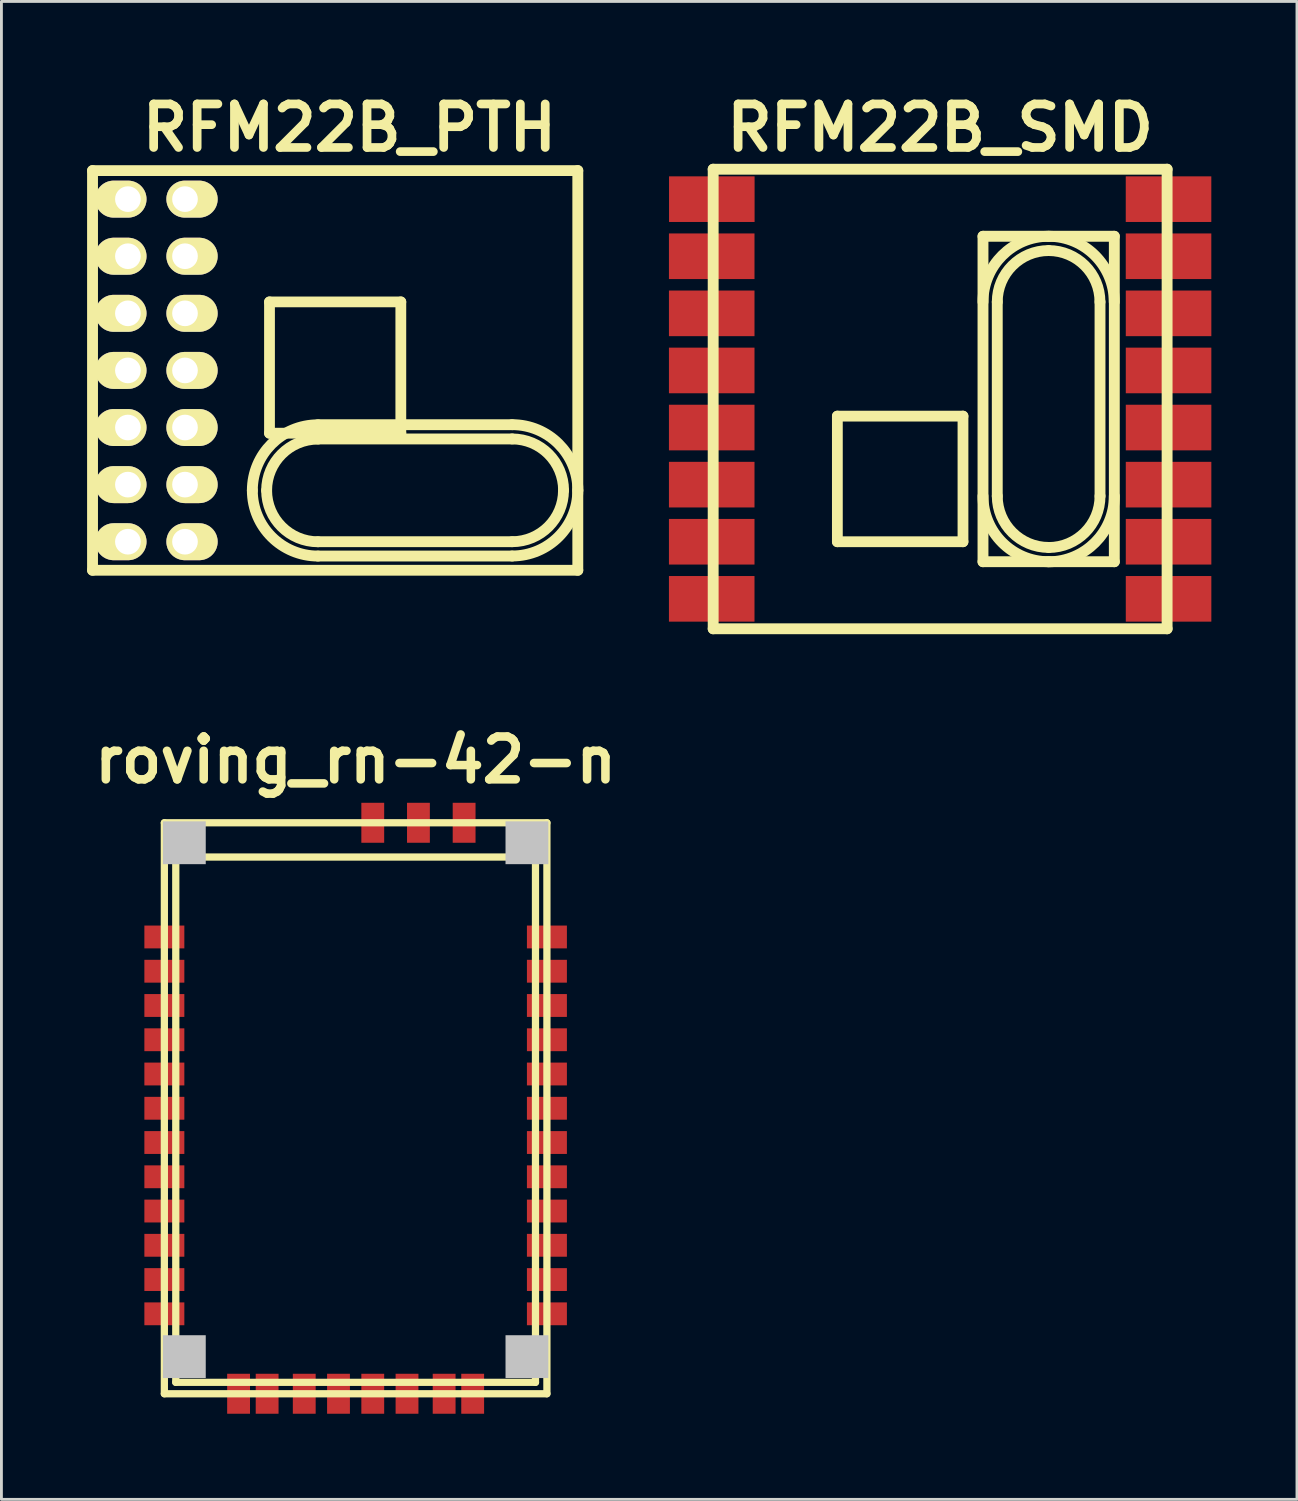
<source format=kicad_pcb>
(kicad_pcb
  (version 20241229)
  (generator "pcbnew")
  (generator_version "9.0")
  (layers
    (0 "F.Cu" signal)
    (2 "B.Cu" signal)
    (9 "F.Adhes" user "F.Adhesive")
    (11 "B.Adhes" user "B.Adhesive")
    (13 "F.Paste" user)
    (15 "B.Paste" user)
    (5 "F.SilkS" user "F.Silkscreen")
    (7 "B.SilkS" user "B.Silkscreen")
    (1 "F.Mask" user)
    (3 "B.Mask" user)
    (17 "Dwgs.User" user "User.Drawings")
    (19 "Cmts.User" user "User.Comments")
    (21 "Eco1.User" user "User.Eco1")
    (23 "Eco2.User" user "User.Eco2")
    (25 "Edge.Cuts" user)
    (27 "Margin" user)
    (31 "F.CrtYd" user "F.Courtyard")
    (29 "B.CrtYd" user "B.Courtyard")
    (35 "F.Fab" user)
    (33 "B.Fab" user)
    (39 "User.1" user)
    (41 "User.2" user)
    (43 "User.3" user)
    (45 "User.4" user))
  (footprint "roving_rn-42-n"
    (layer "F.Cu")
    (at 9.407 35.77)
    (property "Reference" "roving_rn-42-n" (at 0 -12.2 0) (layer "F.SilkS") (effects (font (size 1.5 1.5) (thickness 0.3))))
    (attr through_hole)
    (fp_line (start -6.7 -10) (end -6.7 10) (stroke (width 0.254) (type solid)) (layer "F.SilkS"))
    (fp_line (start -6.7 -10) (end 6.7 -10) (stroke (width 0.254) (type solid)) (layer "F.SilkS"))
    (fp_line (start -6.7 10) (end 6.7 10) (stroke (width 0.254) (type solid)) (layer "F.SilkS"))
    (fp_line (start -6.3 -8.8) (end -6.3 9.6) (stroke (width 0.254) (type solid)) (layer "F.SilkS"))
    (fp_line (start -6.3 -8.8) (end 6.3 -8.8) (stroke (width 0.254) (type solid)) (layer "F.SilkS"))
    (fp_line (start -6.3 9.6) (end 6.3 9.6) (stroke (width 0.254) (type solid)) (layer "F.SilkS"))
    (fp_line (start 6.3 -8.8) (end 6.3 9.6) (stroke (width 0.254) (type solid)) (layer "F.SilkS"))
    (fp_line (start 6.7 -10) (end 6.7 10) (stroke (width 0.254) (type solid)) (layer "F.SilkS"))
    (pad "" smd rect (at -6 -9.3) (size 1.5 1.5) (layers "Dwgs.User"))
    (pad "" smd rect (at -6 8.7) (size 1.5 1.5) (layers "Dwgs.User"))
    (pad "" smd rect (at 6 -9.3) (size 1.5 1.5) (layers "Dwgs.User"))
    (pad "" smd rect (at 6 8.7) (size 1.5 1.5) (layers "Dwgs.User"))
    (pad "1" smd rect (at -6.7 -6) (size 1.4 0.8) (layers "F.Cu" "F.Mask" "F.Paste"))
    (pad "2" smd rect (at -6.7 -4.8) (size 1.4 0.8) (layers "F.Cu" "F.Mask" "F.Paste"))
    (pad "3" smd rect (at -6.7 -3.6) (size 1.4 0.8) (layers "F.Cu" "F.Mask" "F.Paste"))
    (pad "4" smd rect (at -6.7 -2.4) (size 1.4 0.8) (layers "F.Cu" "F.Mask" "F.Paste"))
    (pad "5" smd rect (at -6.7 -1.2) (size 1.4 0.8) (layers "F.Cu" "F.Mask" "F.Paste"))
    (pad "6" smd rect (at -6.7 0) (size 1.4 0.8) (layers "F.Cu" "F.Mask" "F.Paste"))
    (pad "7" smd rect (at -6.7 1.2) (size 1.4 0.8) (layers "F.Cu" "F.Mask" "F.Paste"))
    (pad "8" smd rect (at -6.7 2.4) (size 1.4 0.8) (layers "F.Cu" "F.Mask" "F.Paste"))
    (pad "9" smd rect (at -6.7 3.6) (size 1.4 0.8) (layers "F.Cu" "F.Mask" "F.Paste"))
    (pad "10" smd rect (at -6.7 4.8) (size 1.4 0.8) (layers "F.Cu" "F.Mask" "F.Paste"))
    (pad "11" smd rect (at -6.7 6) (size 1.4 0.8) (layers "F.Cu" "F.Mask" "F.Paste"))
    (pad "12" smd rect (at -6.7 7.2) (size 1.4 0.8) (layers "F.Cu" "F.Mask" "F.Paste"))
    (pad "13" smd rect (at 6.7 7.2) (size 1.4 0.8) (layers "F.Cu" "F.Mask" "F.Paste"))
    (pad "14" smd rect (at 6.7 6) (size 1.4 0.8) (layers "F.Cu" "F.Mask" "F.Paste"))
    (pad "15" smd rect (at 6.7 4.8) (size 1.4 0.8) (layers "F.Cu" "F.Mask" "F.Paste"))
    (pad "16" smd rect (at 6.7 3.6) (size 1.4 0.8) (layers "F.Cu" "F.Mask" "F.Paste"))
    (pad "17" smd rect (at 6.7 2.4) (size 1.4 0.8) (layers "F.Cu" "F.Mask" "F.Paste"))
    (pad "18" smd rect (at 6.7 1.2) (size 1.4 0.8) (layers "F.Cu" "F.Mask" "F.Paste"))
    (pad "19" smd rect (at 6.7 0) (size 1.4 0.8) (layers "F.Cu" "F.Mask" "F.Paste"))
    (pad "20" smd rect (at 6.7 -1.2) (size 1.4 0.8) (layers "F.Cu" "F.Mask" "F.Paste"))
    (pad "21" smd rect (at 6.7 -2.4) (size 1.4 0.8) (layers "F.Cu" "F.Mask" "F.Paste"))
    (pad "22" smd rect (at 6.7 -3.6) (size 1.4 0.8) (layers "F.Cu" "F.Mask" "F.Paste"))
    (pad "23" smd rect (at 6.7 -4.8) (size 1.4 0.8) (layers "F.Cu" "F.Mask" "F.Paste"))
    (pad "24" smd rect (at 6.7 -6) (size 1.4 0.8) (layers "F.Cu" "F.Mask" "F.Paste"))
    (pad "25" smd rect (at 3.8 -10) (size 0.8 1.4) (layers "F.Cu" "F.Mask" "F.Paste"))
    (pad "26" smd rect (at 2.2 -10) (size 0.8 1.4) (layers "F.Cu" "F.Mask" "F.Paste"))
    (pad "27" smd rect (at 0.6 -10) (size 0.8 1.4) (layers "F.Cu" "F.Mask" "F.Paste"))
    (pad "28" smd rect (at 3.1 10) (size 0.8 1.4) (layers "F.Cu" "F.Mask" "F.Paste"))
    (pad "29" smd rect (at -3.1 10) (size 0.8 1.4) (layers "F.Cu" "F.Mask" "F.Paste"))
    (pad "30" smd rect (at 4.1 10) (size 0.8 1.4) (layers "F.Cu" "F.Mask" "F.Paste"))
    (pad "31" smd rect (at 1.8 10) (size 0.8 1.4) (layers "F.Cu" "F.Mask" "F.Paste"))
    (pad "32" smd rect (at 0.6 10) (size 0.8 1.4) (layers "F.Cu" "F.Mask" "F.Paste"))
    (pad "33" smd rect (at -0.6 10) (size 0.8 1.4) (layers "F.Cu" "F.Mask" "F.Paste"))
    (pad "34" smd rect (at -1.8 10) (size 0.8 1.4) (layers "F.Cu" "F.Mask" "F.Paste"))
    (pad "35" smd rect (at -4.1 10) (size 0.8 1.4) (layers "F.Cu" "F.Mask" "F.Paste")))
  (footprint "RFM22B_SMD"
    (layer "F.Cu")
    (at 29.881 10.926)
    (property "Reference" "RFM22B_SMD" (at 0 -9.5 0) (layer "F.SilkS") (effects (font (size 1.524 1.524) (thickness 0.305))))
    (attr through_hole)
    (fp_line (start -7.95 -8.049) (end 7.95 -8.049) (stroke (width 0.381) (type solid)) (layer "F.SilkS"))
    (fp_line (start -7.95 8.049) (end -7.95 -8.049) (stroke (width 0.381) (type solid)) (layer "F.SilkS"))
    (fp_line (start -3.6 0.6) (end 0.8 0.6) (stroke (width 0.378) (type solid)) (layer "F.SilkS"))
    (fp_line (start -3.6 5) (end -3.6 0.6) (stroke (width 0.378) (type solid)) (layer "F.SilkS"))
    (fp_line (start 0.8 0.6) (end 0.8 5) (stroke (width 0.378) (type solid)) (layer "F.SilkS"))
    (fp_line (start 0.8 5) (end -3.6 5) (stroke (width 0.378) (type solid)) (layer "F.SilkS"))
    (fp_line (start 1.501 -5.7) (end 6.101 -5.7) (stroke (width 0.381) (type solid)) (layer "F.SilkS"))
    (fp_line (start 1.501 5.7) (end 1.501 -5.7) (stroke (width 0.381) (type solid)) (layer "F.SilkS"))
    (fp_line (start 2.001 3.401) (end 2.001 -3.401) (stroke (width 0.381) (type solid)) (layer "F.SilkS"))
    (fp_line (start 5.6 -3.401) (end 5.6 3.401) (stroke (width 0.381) (type solid)) (layer "F.SilkS"))
    (fp_line (start 6.101 -5.7) (end 6.101 5.7) (stroke (width 0.381) (type solid)) (layer "F.SilkS"))
    (fp_line (start 6.101 5.7) (end 1.501 5.7) (stroke (width 0.381) (type solid)) (layer "F.SilkS"))
    (fp_line (start 7.95 -8.049) (end 7.95 8.049) (stroke (width 0.381) (type solid)) (layer "F.SilkS"))
    (fp_line (start 7.95 8.049) (end -7.95 8.049) (stroke (width 0.381) (type solid)) (layer "F.SilkS"))
    (fp_arc (start 1.5008 -3.40106) (mid 2.174074 -5.026486) (end 3.7995 -5.69976) (stroke (width 0.381) (type solid)) (layer "F.SilkS"))
    (fp_arc (start 2.00118 -3.40106) (mid 2.527896 -4.672664) (end 3.7995 -5.19938) (stroke (width 0.381) (type solid)) (layer "F.SilkS"))
    (fp_arc (start 3.7995 -5.69976) (mid 5.424926 -5.026486) (end 6.0982 -3.40106) (stroke (width 0.381) (type solid)) (layer "F.SilkS"))
    (fp_arc (start 3.7995 -5.19938) (mid 5.071104 -4.672664) (end 5.59782 -3.40106) (stroke (width 0.381) (type solid)) (layer "F.SilkS"))
    (fp_arc (start 3.7995 5.19938) (mid 2.527896 4.672664) (end 2.00118 3.40106) (stroke (width 0.381) (type solid)) (layer "F.SilkS"))
    (fp_arc (start 3.7995 5.69976) (mid 2.174074 5.026486) (end 1.5008 3.40106) (stroke (width 0.381) (type solid)) (layer "F.SilkS"))
    (fp_arc (start 5.60036 3.40106) (mid 5.0729 4.67446) (end 3.7995 5.20192) (stroke (width 0.381) (type solid)) (layer "F.SilkS"))
    (fp_arc (start 6.10074 3.40106) (mid 5.426722 5.028282) (end 3.7995 5.7023) (stroke (width 0.381) (type solid)) (layer "F.SilkS"))
    (pad "1" smd rect (at -7.998 -7) (size 2.997 1.598) (layers "F.Cu" "F.Mask" "F.Paste"))
    (pad "2" smd rect (at -8.001 -5) (size 2.997 1.598) (layers "F.Cu" "F.Mask" "F.Paste"))
    (pad "3" smd rect (at -8.001 -3) (size 2.997 1.598) (layers "F.Cu" "F.Mask" "F.Paste"))
    (pad "4" smd rect (at -8.001 -1) (size 2.997 1.598) (layers "F.Cu" "F.Mask" "F.Paste"))
    (pad "5" smd rect (at -8.001 1) (size 2.997 1.598) (layers "F.Cu" "F.Mask" "F.Paste"))
    (pad "6" smd rect (at -8.001 3) (size 2.997 1.598) (layers "F.Cu" "F.Mask" "F.Paste"))
    (pad "7" smd rect (at -8.001 5) (size 2.997 1.598) (layers "F.Cu" "F.Mask" "F.Paste"))
    (pad "8" smd rect (at -8.001 7) (size 2.997 1.598) (layers "F.Cu" "F.Mask" "F.Paste"))
    (pad "9" smd rect (at 8.001 7) (size 2.997 1.598) (layers "F.Cu" "F.Mask" "F.Paste"))
    (pad "10" smd rect (at 8.001 5) (size 2.997 1.598) (layers "F.Cu" "F.Mask" "F.Paste"))
    (pad "11" smd rect (at 8.001 3) (size 2.997 1.598) (layers "F.Cu" "F.Mask" "F.Paste"))
    (pad "12" smd rect (at 8.001 1) (size 2.997 1.598) (layers "F.Cu" "F.Mask" "F.Paste"))
    (pad "13" smd rect (at 8.001 -1) (size 2.997 1.598) (layers "F.Cu" "F.Mask" "F.Paste"))
    (pad "14" smd rect (at 8.001 -3) (size 2.997 1.598) (layers "F.Cu" "F.Mask" "F.Paste"))
    (pad "15" smd rect (at 8 -5) (size 2.997 1.598) (layers "F.Cu" "F.Mask" "F.Paste"))
    (pad "16" smd rect (at 8 -7) (size 2.997 1.598) (layers "F.Cu" "F.Mask" "F.Paste")))
  (footprint "RFM22B_PTH"
    (layer "F.Cu")
    (at 9.19 9.925)
    (property "Reference" "RFM22B_PTH" (at 0 -8.499 0) (layer "F.SilkS") (effects (font (size 1.524 1.524) (thickness 0.305))))
    (attr through_hole)
    (fp_line (start -9 -7) (end 8 -7) (stroke (width 0.378) (type solid)) (layer "F.SilkS"))
    (fp_line (start -9 7) (end 8 7) (stroke (width 0.378) (type solid)) (layer "F.SilkS"))
    (fp_line (start -8.999 7) (end -8.999 -7) (stroke (width 0.381) (type solid)) (layer "F.SilkS"))
    (fp_line (start -2.8 -2.4) (end -2.8 2.2) (stroke (width 0.378) (type solid)) (layer "F.SilkS"))
    (fp_line (start -2.8 -2.4) (end 1.8 -2.4) (stroke (width 0.378) (type solid)) (layer "F.SilkS"))
    (fp_line (start -1.102 1.902) (end 5.697 1.902) (stroke (width 0.381) (type solid)) (layer "F.SilkS"))
    (fp_line (start -1.102 2.4) (end 5.7 2.4) (stroke (width 0.381) (type solid)) (layer "F.SilkS"))
    (fp_line (start -1.102 6.502) (end 5.697 6.502) (stroke (width 0.381) (type solid)) (layer "F.SilkS"))
    (fp_line (start 1.8 -2.4) (end 1.8 2.2) (stroke (width 0.378) (type solid)) (layer "F.SilkS"))
    (fp_line (start 1.8 2.2) (end -2.8 2.2) (stroke (width 0.378) (type solid)) (layer "F.SilkS"))
    (fp_line (start 5.7 5.999) (end -1.102 5.999) (stroke (width 0.381) (type solid)) (layer "F.SilkS"))
    (fp_line (start 7.999 -7) (end 7.999 7) (stroke (width 0.381) (type solid)) (layer "F.SilkS"))
    (fp_arc (start -3.40106 4.2037) (mid -2.727786 2.578274) (end -1.10236 1.905) (stroke (width 0.381) (type solid)) (layer "F.SilkS"))
    (fp_arc (start -2.90068 4.2037) (mid -2.373964 2.932096) (end -1.10236 2.40538) (stroke (width 0.381) (type solid)) (layer "F.SilkS"))
    (fp_arc (start -1.10236 6.00202) (mid -2.373964 5.475304) (end -2.90068 4.2037) (stroke (width 0.381) (type solid)) (layer "F.SilkS"))
    (fp_arc (start -1.10236 6.5024) (mid -2.727786 5.829126) (end -3.40106 4.2037) (stroke (width 0.381) (type solid)) (layer "F.SilkS"))
    (fp_arc (start 5.69976 1.89992) (mid 7.326982 2.573938) (end 8.001 4.20116) (stroke (width 0.381) (type solid)) (layer "F.SilkS"))
    (fp_arc (start 5.69976 2.4003) (mid 6.97316 2.92776) (end 7.50062 4.20116) (stroke (width 0.381) (type solid)) (layer "F.SilkS"))
    (fp_arc (start 7.49808 4.20116) (mid 6.971364 5.472764) (end 5.69976 5.99948) (stroke (width 0.381) (type solid)) (layer "F.SilkS"))
    (fp_arc (start 7.99846 4.20116) (mid 7.325186 5.826586) (end 5.69976 6.49986) (stroke (width 0.381) (type solid)) (layer "F.SilkS"))
    (pad "3" thru_hole oval (at -7.76 -6) (size 1.796 1.295) (drill 0.899 (offset -0.246 0)) (layers "*.Cu" "*.Mask" "F.SilkS"))
    (pad "4" thru_hole oval (at -5.76 -6) (size 1.796 1.295) (drill 0.899 (offset 0.246 0)) (layers "*.Cu" "*.Mask" "F.SilkS"))
    (pad "5" thru_hole oval (at -5.76 -4) (size 1.796 1.295) (drill 0.899 (offset 0.246 0)) (layers "*.Cu" "*.Mask" "F.SilkS"))
    (pad "6" thru_hole oval (at -7.76 -2) (size 1.796 1.295) (drill 0.899 (offset -0.246 0)) (layers "*.Cu" "*.Mask" "F.SilkS"))
    (pad "7" thru_hole oval (at -5.76 -2) (size 1.796 1.295) (drill 0.899 (offset 0.246 0)) (layers "*.Cu" "*.Mask" "F.SilkS"))
    (pad "8" thru_hole oval (at -7.76 0) (size 1.796 1.295) (drill 0.899 (offset -0.246 0)) (layers "*.Cu" "*.Mask" "F.SilkS"))
    (pad "9" thru_hole oval (at -7.76 -4) (size 1.796 1.295) (drill 0.899 (offset -0.246 0)) (layers "*.Cu" "*.Mask" "F.SilkS"))
    (pad "10" thru_hole oval (at -5.76 0) (size 1.796 1.295) (drill 0.899 (offset 0.246 0)) (layers "*.Cu" "*.Mask" "F.SilkS"))
    (pad "11" thru_hole oval (at -7.76 2) (size 1.796 1.295) (drill 0.899 (offset -0.246 0)) (layers "*.Cu" "*.Mask" "F.SilkS"))
    (pad "12" thru_hole oval (at -5.76 2) (size 1.796 1.295) (drill 0.899 (offset 0.246 0)) (layers "*.Cu" "*.Mask" "F.SilkS"))
    (pad "13" thru_hole oval (at -7.76 4) (size 1.796 1.295) (drill 0.899 (offset -0.246 0)) (layers "*.Cu" "*.Mask" "F.SilkS"))
    (pad "14" thru_hole oval (at -5.76 4) (size 1.796 1.295) (drill 0.899 (offset 0.246 0)) (layers "*.Cu" "*.Mask" "F.SilkS"))
    (pad "15" thru_hole oval (at -7.76 6) (size 1.796 1.295) (drill 0.899 (offset -0.246 0)) (layers "*.Cu" "*.Mask" "F.SilkS"))
    (pad "16" thru_hole oval (at -5.76 6) (size 1.796 1.295) (drill 0.899 (offset 0.246 0)) (layers "*.Cu" "*.Mask" "F.SilkS")))
  (gr_rect
    (start -3 -3)
    (end 42.38 49.47)
    (stroke (width 0.1) (type default))
    (fill no)
    (layer "Edge.Cuts")))
</source>
